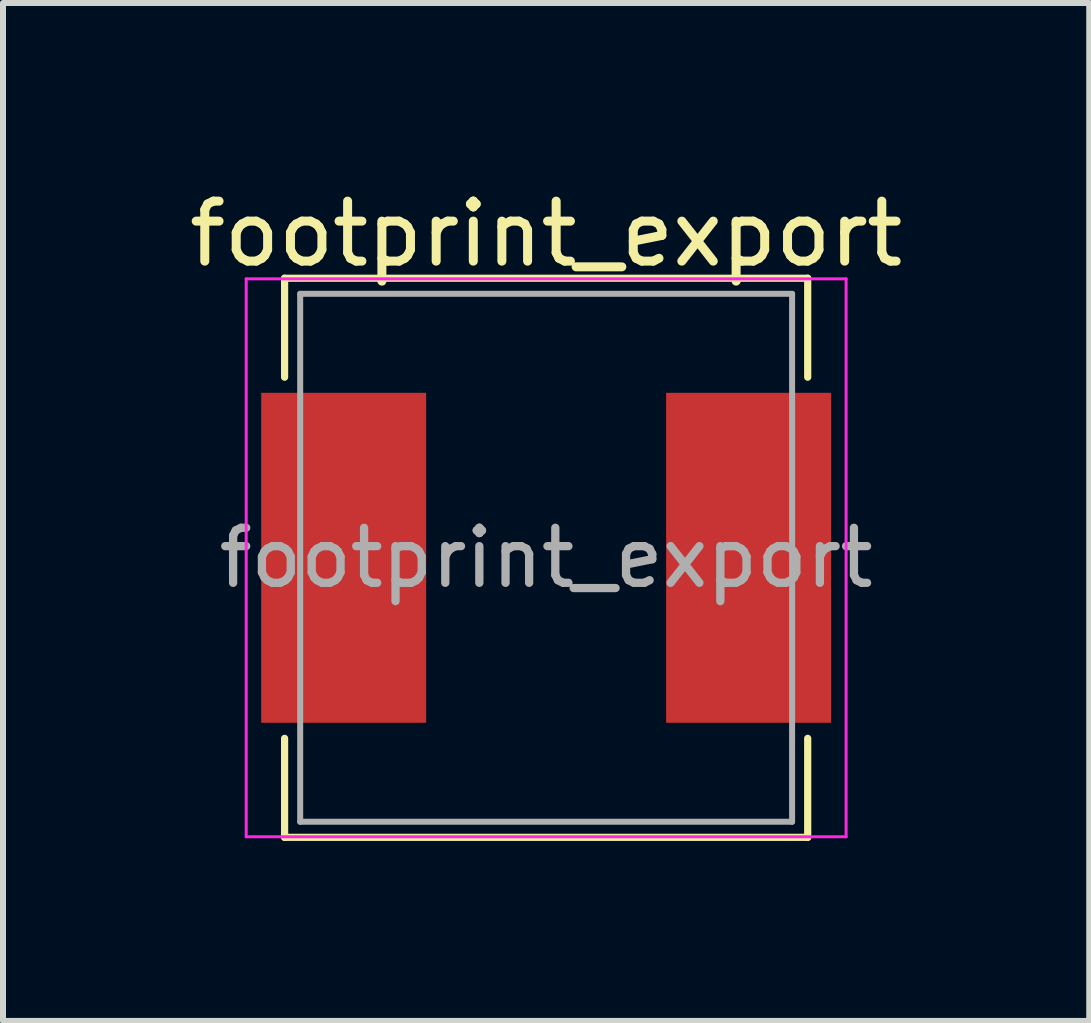
<source format=kicad_pcb>
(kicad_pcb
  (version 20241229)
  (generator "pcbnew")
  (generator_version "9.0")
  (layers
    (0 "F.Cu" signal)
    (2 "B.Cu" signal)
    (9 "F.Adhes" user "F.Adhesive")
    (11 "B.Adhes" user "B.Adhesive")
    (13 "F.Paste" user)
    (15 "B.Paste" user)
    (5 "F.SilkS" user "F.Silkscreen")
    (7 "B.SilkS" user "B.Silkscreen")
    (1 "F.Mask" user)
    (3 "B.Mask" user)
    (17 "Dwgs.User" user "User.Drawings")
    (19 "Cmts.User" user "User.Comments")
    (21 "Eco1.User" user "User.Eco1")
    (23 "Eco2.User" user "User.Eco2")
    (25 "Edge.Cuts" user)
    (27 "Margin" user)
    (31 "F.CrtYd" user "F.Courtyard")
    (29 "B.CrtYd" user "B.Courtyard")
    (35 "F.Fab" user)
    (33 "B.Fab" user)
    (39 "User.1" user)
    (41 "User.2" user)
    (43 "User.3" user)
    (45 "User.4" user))
  (footprint "footprint_export"
    (layer "F.Cu")
    (at 6.054 6.248)
    (property "Reference" "footprint_export" (at 0 -5.4 0) (layer "F.SilkS") (effects (font (size 1 1) (thickness 0.15))))
    (attr smd)
    (fp_line (start -4.36 -4.66) (end -4.36 -3.01) (stroke (width 0.12) (type solid)) (layer "F.SilkS"))
    (fp_line (start -4.36 -4.66) (end 4.36 -4.66) (stroke (width 0.12) (type solid)) (layer "F.SilkS"))
    (fp_line (start -4.36 4.66) (end -4.36 3.01) (stroke (width 0.12) (type solid)) (layer "F.SilkS"))
    (fp_line (start -4.36 4.66) (end 4.36 4.66) (stroke (width 0.12) (type solid)) (layer "F.SilkS"))
    (fp_line (start 4.36 -4.66) (end 4.36 -3.01) (stroke (width 0.12) (type solid)) (layer "F.SilkS"))
    (fp_line (start 4.36 4.66) (end 4.36 3.01) (stroke (width 0.12) (type solid)) (layer "F.SilkS"))
    (fp_line (start -5 -4.65) (end -5 4.65) (stroke (width 0.05) (type solid)) (layer "F.CrtYd"))
    (fp_line (start -5 4.65) (end 5 4.65) (stroke (width 0.05) (type solid)) (layer "F.CrtYd"))
    (fp_line (start 5 -4.65) (end -5 -4.65) (stroke (width 0.05) (type solid)) (layer "F.CrtYd"))
    (fp_line (start 5 4.65) (end 5 -4.65) (stroke (width 0.05) (type solid)) (layer "F.CrtYd"))
    (fp_line (start -4.1 -4.4) (end -4.1 4.4) (stroke (width 0.1) (type solid)) (layer "F.Fab"))
    (fp_line (start -4.1 4.4) (end 4.1 4.4) (stroke (width 0.1) (type solid)) (layer "F.Fab"))
    (fp_line (start 4.1 -4.4) (end -4.1 -4.4) (stroke (width 0.1) (type solid)) (layer "F.Fab"))
    (fp_line (start 4.1 4.4) (end 4.1 -4.4) (stroke (width 0.1) (type solid)) (layer "F.Fab"))
    (fp_text user "${REFERENCE}" (at 0 0 0) (layer "F.Fab") (effects (font (size 0.917 0.917) (thickness 0.138))))
    (pad "1" smd rect (at -3.375 0) (size 2.75 5.5) (layers "F.Cu" "F.Mask" "F.Paste"))
    (pad "2" smd rect (at 3.375 0) (size 2.75 5.5) (layers "F.Cu" "F.Mask" "F.Paste")))
  (gr_rect
    (start -3 -3)
    (end 15.107 13.968)
    (stroke (width 0.1) (type default))
    (fill no)
    (layer "Edge.Cuts")))
</source>
